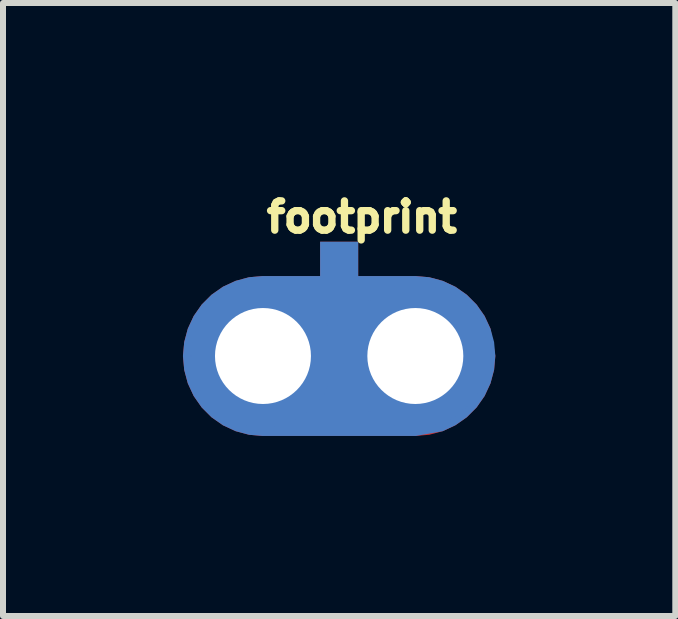
<source format=kicad_pcb>
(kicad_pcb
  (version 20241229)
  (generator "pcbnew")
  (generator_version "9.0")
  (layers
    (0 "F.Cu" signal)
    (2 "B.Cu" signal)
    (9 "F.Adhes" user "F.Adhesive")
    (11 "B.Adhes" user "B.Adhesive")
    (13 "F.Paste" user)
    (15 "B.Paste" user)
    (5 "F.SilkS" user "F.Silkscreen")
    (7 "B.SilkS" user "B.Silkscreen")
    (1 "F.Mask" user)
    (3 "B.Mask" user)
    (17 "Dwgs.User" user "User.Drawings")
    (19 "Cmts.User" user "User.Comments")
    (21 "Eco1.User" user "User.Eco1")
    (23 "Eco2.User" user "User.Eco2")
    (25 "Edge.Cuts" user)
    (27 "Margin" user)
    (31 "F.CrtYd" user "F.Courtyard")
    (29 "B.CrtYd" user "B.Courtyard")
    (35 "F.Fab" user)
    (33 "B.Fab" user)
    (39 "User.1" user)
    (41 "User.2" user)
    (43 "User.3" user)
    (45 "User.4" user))
  (footprint "footprint"
    (layer "F.Cu")
    (at 2.604 2.885)
    (property "Reference" "footprint" (at -1.27 -2.032 0) (layer "F.SilkS") (effects (font (size 0.488 0.488) (thickness 0.122)) (justify left bottom)))
    (fp_poly (pts (xy 1.502 -1.313) (xy 1.726 -1.253) (xy 1.937 -1.155) (xy 2.127 -1.022) (xy 2.292 -0.857) (xy 2.425 -0.667) (xy 2.524 -0.454) (xy 2.604 -0.003) (xy 2.583 0.232) (xy 2.523 0.456) (xy 2.425 0.667) (xy 2.292 0.857) (xy 2.127 1.022) (xy 1.937 1.155) (xy 1.726 1.253) (xy 1.502 1.313) (xy 1.273 1.333) (xy -1.273 1.333) (xy -1.502 1.313) (xy -1.726 1.253) (xy -1.937 1.155) (xy -2.127 1.022) (xy -2.292 0.857) (xy -2.425 0.667) (xy -2.523 0.456) (xy -2.583 0.232) (xy -2.604 0) (xy -2.583 -0.232) (xy -2.523 -0.456) (xy -2.425 -0.667) (xy -2.292 -0.857) (xy -2.127 -1.022) (xy -1.937 -1.155) (xy -1.726 -1.253) (xy -1.502 -1.313) (xy -1.273 -1.333) (xy 1.273 -1.333)) (stroke (width 0) (type solid)) (fill yes) (layer "F.Cu"))
    (fp_poly (pts (xy 1.502 -1.313) (xy 1.726 -1.253) (xy 1.937 -1.155) (xy 2.127 -1.022) (xy 2.292 -0.857) (xy 2.425 -0.667) (xy 2.523 -0.456) (xy 2.583 -0.232) (xy 2.604 0) (xy 2.583 0.232) (xy 2.523 0.456) (xy 2.425 0.667) (xy 2.292 0.857) (xy 2.127 1.022) (xy 1.937 1.155) (xy 1.724 1.254) (xy 1.276 1.333) (xy -1.273 1.333) (xy -1.502 1.313) (xy -1.726 1.253) (xy -1.937 1.155) (xy -2.127 1.022) (xy -2.292 0.857) (xy -2.425 0.667) (xy -2.523 0.456) (xy -2.583 0.232) (xy -2.604 0) (xy -2.583 -0.232) (xy -2.523 -0.456) (xy -2.425 -0.667) (xy -2.292 -0.857) (xy -2.127 -1.022) (xy -1.937 -1.155) (xy -1.726 -1.253) (xy -1.502 -1.313) (xy -1.273 -1.333) (xy 1.273 -1.333)) (stroke (width 0) (type solid)) (fill yes) (layer "F.Mask"))
    (fp_poly (pts (xy 1.502 -1.313) (xy 1.726 -1.253) (xy 1.937 -1.155) (xy 2.127 -1.022) (xy 2.292 -0.857) (xy 2.425 -0.667) (xy 2.523 -0.456) (xy 2.583 -0.232) (xy 2.604 0) (xy 2.583 0.232) (xy 2.523 0.456) (xy 2.425 0.667) (xy 2.292 0.857) (xy 2.127 1.022) (xy 1.937 1.155) (xy 1.724 1.254) (xy 1.276 1.333) (xy -1.273 1.333) (xy -1.502 1.313) (xy -1.726 1.253) (xy -1.937 1.155) (xy -2.127 1.022) (xy -2.292 0.857) (xy -2.425 0.667) (xy -2.523 0.456) (xy -2.583 0.232) (xy -2.604 0) (xy -2.583 -0.232) (xy -2.523 -0.456) (xy -2.425 -0.667) (xy -2.292 -0.857) (xy -2.127 -1.022) (xy -1.937 -1.155) (xy -1.726 -1.253) (xy -1.502 -1.313) (xy -1.273 -1.333) (xy 1.273 -1.333)) (stroke (width 0) (type solid)) (fill yes) (layer "B.Cu"))
    (fp_poly (pts (xy 1.502 -1.313) (xy 1.726 -1.253) (xy 1.937 -1.155) (xy 2.127 -1.022) (xy 2.292 -0.857) (xy 2.425 -0.667) (xy 2.523 -0.456) (xy 2.583 -0.232) (xy 2.604 0) (xy 2.583 0.232) (xy 2.523 0.456) (xy 2.425 0.667) (xy 2.292 0.857) (xy 2.127 1.022) (xy 1.937 1.155) (xy 1.724 1.254) (xy 1.276 1.333) (xy -1.273 1.333) (xy -1.502 1.313) (xy -1.726 1.253) (xy -1.937 1.155) (xy -2.127 1.022) (xy -2.292 0.857) (xy -2.425 0.667) (xy -2.523 0.456) (xy -2.583 0.232) (xy -2.604 0) (xy -2.583 -0.232) (xy -2.523 -0.456) (xy -2.425 -0.667) (xy -2.292 -0.857) (xy -2.127 -1.022) (xy -1.937 -1.155) (xy -1.726 -1.253) (xy -1.502 -1.313) (xy -1.273 -1.333) (xy 1.273 -1.333)) (stroke (width 0) (type solid)) (fill yes) (layer "B.Mask"))
    (pad "P$1" thru_hole circle (at -1.27 0) (size 2.4 2.4) (drill 1.6) (layers "*.Cu" "*.Mask"))
    (pad "P$2" thru_hole circle (at 1.27 0) (size 2.4 2.4) (drill 1.6) (layers "*.Cu" "*.Mask"))
    (pad "P$3" smd rect (at 0 -1.27 90) (size 1.27 0.635) (layers "F.Cu" "F.Mask" "F.Paste"))
    (pad "P$4" smd rect (at 0 -1.27 90) (size 1.27 0.635) (layers "B.Cu" "B.Mask" "B.Paste"))
    (zone (net_name "") (layer "F.Cu") (hatch edge 0.508) (connect_pads) (min_thickness 0.254) (filled_areas_thickness no) (keepout (tracks not_allowed) (vias not_allowed) (pads not_allowed) (copperpour not_allowed) (footprints allowed)) (placement (enabled no)) (fill) (polygon (pts (xy 1.334 2.123) (xy 1.164 2.143) (xy 1.003 2.199) (xy 0.859 2.29) (xy 0.738 2.41) (xy 0.647 2.555) (xy 0.572 2.885) (xy 0.591 3.055) (xy 0.647 3.216) (xy 0.738 3.361) (xy 0.859 3.481) (xy 1.003 3.572) (xy 1.334 3.647) (xy 1.503 3.628) (xy 1.664 3.572) (xy 1.809 3.481) (xy 1.929 3.361) (xy 2.02 3.216) (xy 2.096 2.885) (xy 2.077 2.716) (xy 2.02 2.555) (xy 1.929 2.41) (xy 1.809 2.29) (xy 1.664 2.199))))
    (zone (net_name "") (layer "F.Cu") (hatch edge 0.508) (connect_pads) (min_thickness 0.254) (filled_areas_thickness no) (keepout (tracks not_allowed) (vias not_allowed) (pads not_allowed) (copperpour not_allowed) (footprints allowed)) (placement (enabled no)) (fill) (polygon (pts (xy 3.874 2.123) (xy 3.704 2.143) (xy 3.543 2.199) (xy 3.399 2.29) (xy 3.278 2.41) (xy 3.187 2.555) (xy 3.112 2.885) (xy 3.131 3.055) (xy 3.187 3.216) (xy 3.278 3.361) (xy 3.399 3.481) (xy 3.543 3.572) (xy 3.874 3.647) (xy 4.043 3.628) (xy 4.204 3.572) (xy 4.349 3.481) (xy 4.469 3.361) (xy 4.56 3.216) (xy 4.636 2.885) (xy 4.617 2.716) (xy 4.56 2.555) (xy 4.469 2.41) (xy 4.349 2.29) (xy 4.204 2.199))))
    (zone (net_name "") (layer "B.Cu") (hatch edge 0.508) (connect_pads) (min_thickness 0.254) (filled_areas_thickness no) (keepout (tracks not_allowed) (vias not_allowed) (pads not_allowed) (copperpour not_allowed) (footprints allowed)) (placement (enabled no)) (fill) (polygon (pts (xy 1.334 2.123) (xy 1.164 2.143) (xy 1.003 2.199) (xy 0.859 2.29) (xy 0.738 2.41) (xy 0.647 2.555) (xy 0.572 2.885) (xy 0.591 3.055) (xy 0.647 3.216) (xy 0.738 3.361) (xy 0.859 3.481) (xy 1.003 3.572) (xy 1.334 3.647) (xy 1.503 3.628) (xy 1.664 3.572) (xy 1.809 3.481) (xy 1.929 3.361) (xy 2.02 3.216) (xy 2.096 2.885) (xy 2.077 2.716) (xy 2.02 2.555) (xy 1.929 2.41) (xy 1.809 2.29) (xy 1.664 2.199))))
    (zone (net_name "") (layer "B.Cu") (hatch edge 0.508) (connect_pads) (min_thickness 0.254) (filled_areas_thickness no) (keepout (tracks not_allowed) (vias not_allowed) (pads not_allowed) (copperpour not_allowed) (footprints allowed)) (placement (enabled no)) (fill) (polygon (pts (xy 3.874 2.123) (xy 3.704 2.143) (xy 3.543 2.199) (xy 3.399 2.29) (xy 3.278 2.41) (xy 3.187 2.555) (xy 3.112 2.885) (xy 3.131 3.055) (xy 3.187 3.216) (xy 3.278 3.361) (xy 3.399 3.481) (xy 3.543 3.572) (xy 3.874 3.647) (xy 4.043 3.628) (xy 4.204 3.572) (xy 4.349 3.481) (xy 4.469 3.361) (xy 4.56 3.216) (xy 4.636 2.885) (xy 4.617 2.716) (xy 4.56 2.555) (xy 4.469 2.41) (xy 4.349 2.29) (xy 4.204 2.199)))))
  (gr_rect
    (start -3 -3)
    (end 8.208 7.219)
    (stroke (width 0.1) (type default))
    (fill no)
    (layer "Edge.Cuts")))
</source>
